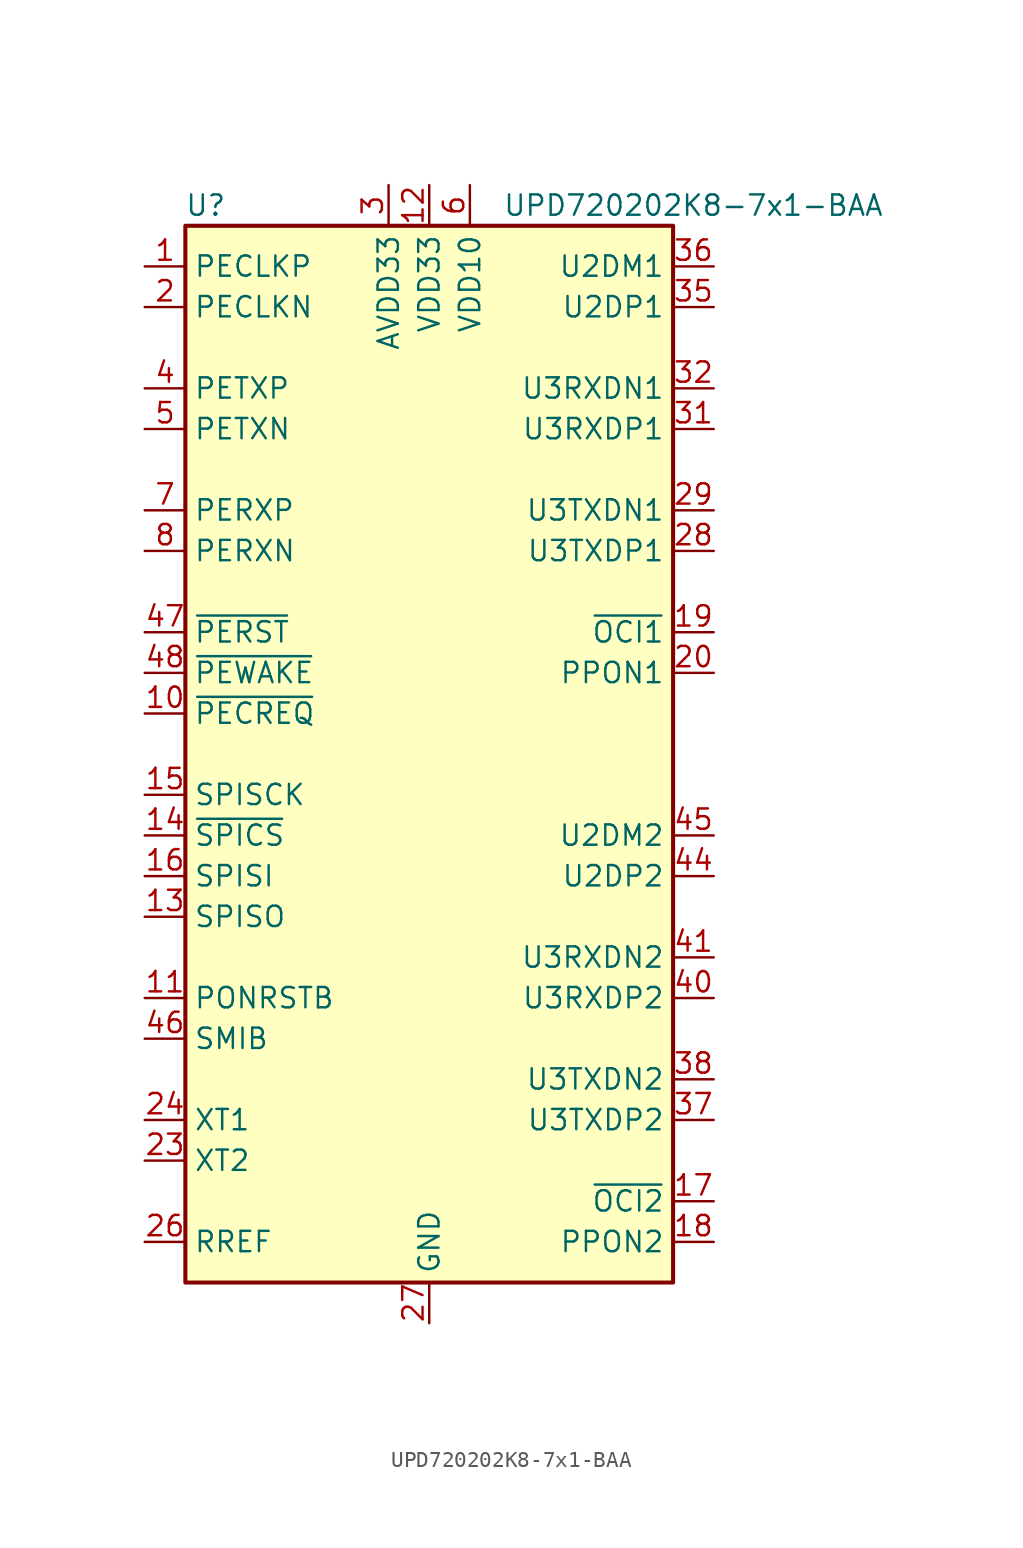
<source format=kicad_sym>
(kicad_symbol_lib
  (version 20241209)
  (generator "kicad_symbol_editor")
  (generator_version "9.0")
  (symbol "UPD720202K8-7x1-BAA"
    (property "Reference" "U"
      (at -13.97 34.29 0)
      (effects (font (size 1.27 1.27))))
    (property "Value" "UPD720202K8-7x1-BAA"
      (at 16.51 34.29 0)
      (effects (font (size 1.27 1.27))))
    (symbol "UPD720202K8-7x1-BAA_1_1"
      (rectangle (start -15.24 33.02) (end 15.24 -33.02) (stroke (width 0.254) (type default)) (fill (type background)))
      (pin input line (at -17.78 30.48 0) (length 2.54) (name "PECLKP" (effects (font (size 1.27 1.27)))) (number "1" (effects (font (size 1.27 1.27)))))
      (pin input line (at -17.78 27.94 0) (length 2.54) (name "PECLKN" (effects (font (size 1.27 1.27)))) (number "2" (effects (font (size 1.27 1.27)))))
      (pin output line (at -17.78 22.86 0) (length 2.54) (name "PETXP" (effects (font (size 1.27 1.27)))) (number "4" (effects (font (size 1.27 1.27)))))
      (pin output line (at -17.78 20.32 0) (length 2.54) (name "PETXN" (effects (font (size 1.27 1.27)))) (number "5" (effects (font (size 1.27 1.27)))))
      (pin input line (at -17.78 15.24 0) (length 2.54) (name "PERXP" (effects (font (size 1.27 1.27)))) (number "7" (effects (font (size 1.27 1.27)))))
      (pin input line (at -17.78 12.7 0) (length 2.54) (name "PERXN" (effects (font (size 1.27 1.27)))) (number "8" (effects (font (size 1.27 1.27)))))
      (pin input line (at -17.78 7.62 0) (length 2.54) (name "~{PERST}" (effects (font (size 1.27 1.27)))) (number "47" (effects (font (size 1.27 1.27)))))
      (pin open_collector line (at -17.78 5.08 0) (length 2.54) (name "~{PEWAKE}" (effects (font (size 1.27 1.27)))) (number "48" (effects (font (size 1.27 1.27)))))
      (pin open_collector line (at -17.78 2.54 0) (length 2.54) (name "~{PECREQ}" (effects (font (size 1.27 1.27)))) (number "10" (effects (font (size 1.27 1.27)))))
      (pin output line (at -17.78 -2.54 0) (length 2.54) (name "SPISCK" (effects (font (size 1.27 1.27)))) (number "15" (effects (font (size 1.27 1.27)))))
      (pin output line (at -17.78 -5.08 0) (length 2.54) (name "~{SPICS}" (effects (font (size 1.27 1.27)))) (number "14" (effects (font (size 1.27 1.27)))))
      (pin output line (at -17.78 -7.62 0) (length 2.54) (name "SPISI" (effects (font (size 1.27 1.27)))) (number "16" (effects (font (size 1.27 1.27)))))
      (pin input line (at -17.78 -10.16 0) (length 2.54) (name "SPISO" (effects (font (size 1.27 1.27)))) (number "13" (effects (font (size 1.27 1.27)))))
      (pin input line (at -17.78 -15.24 0) (length 2.54) (name "PONRSTB" (effects (font (size 1.27 1.27)))) (number "11" (effects (font (size 1.27 1.27)))))
      (pin open_collector line (at -17.78 -17.78 0) (length 2.54) (name "SMIB" (effects (font (size 1.27 1.27)))) (number "46" (effects (font (size 1.27 1.27)))))
      (pin input line (at -17.78 -22.86 0) (length 2.54) (name "XT1" (effects (font (size 1.27 1.27)))) (number "24" (effects (font (size 1.27 1.27)))))
      (pin output line (at -17.78 -25.4 0) (length 2.54) (name "XT2" (effects (font (size 1.27 1.27)))) (number "23" (effects (font (size 1.27 1.27)))))
      (pin passive line (at -17.78 -30.48 0) (length 2.54) (name "RREF" (effects (font (size 1.27 1.27)))) (number "26" (effects (font (size 1.27 1.27)))))
      (pin passive line (at -2.54 35.56 270) (length 2.54) (hide yes) (name "AVDD33" (effects (font (size 1.27 1.27)))) (number "25" (effects (font (size 1.27 1.27)))))
      (pin power_in line (at -2.54 35.56 270) (length 2.54) (name "AVDD33" (effects (font (size 1.27 1.27)))) (number "3" (effects (font (size 1.27 1.27)))))
      (pin power_in line (at 0 35.56 270) (length 2.54) (name "VDD33" (effects (font (size 1.27 1.27)))) (number "12" (effects (font (size 1.27 1.27)))))
      (pin passive line (at 0 35.56 270) (length 2.54) (hide yes) (name "VDD33" (effects (font (size 1.27 1.27)))) (number "22" (effects (font (size 1.27 1.27)))))
      (pin passive line (at 0 35.56 270) (length 2.54) (hide yes) (name "VDD33" (effects (font (size 1.27 1.27)))) (number "34" (effects (font (size 1.27 1.27)))))
      (pin passive line (at 0 35.56 270) (length 2.54) (hide yes) (name "VDD33" (effects (font (size 1.27 1.27)))) (number "43" (effects (font (size 1.27 1.27)))))
      (pin power_in line (at 0 -35.56 90) (length 2.54) (name "GND" (effects (font (size 1.27 1.27)))) (number "27" (effects (font (size 1.27 1.27)))))
      (pin passive line (at 0 -35.56 90) (length 2.54) (hide yes) (name "GND" (effects (font (size 1.27 1.27)))) (number "49" (effects (font (size 1.27 1.27)))))
      (pin passive line (at 2.54 35.56 270) (length 2.54) (hide yes) (name "VDD10" (effects (font (size 1.27 1.27)))) (number "21" (effects (font (size 1.27 1.27)))))
      (pin passive line (at 2.54 35.56 270) (length 2.54) (hide yes) (name "VDD10" (effects (font (size 1.27 1.27)))) (number "30" (effects (font (size 1.27 1.27)))))
      (pin passive line (at 2.54 35.56 270) (length 2.54) (hide yes) (name "VDD10" (effects (font (size 1.27 1.27)))) (number "33" (effects (font (size 1.27 1.27)))))
      (pin passive line (at 2.54 35.56 270) (length 2.54) (hide yes) (name "VDD10" (effects (font (size 1.27 1.27)))) (number "39" (effects (font (size 1.27 1.27)))))
      (pin passive line (at 2.54 35.56 270) (length 2.54) (hide yes) (name "VDD10" (effects (font (size 1.27 1.27)))) (number "42" (effects (font (size 1.27 1.27)))))
      (pin power_in line (at 2.54 35.56 270) (length 2.54) (name "VDD10" (effects (font (size 1.27 1.27)))) (number "6" (effects (font (size 1.27 1.27)))))
      (pin passive line (at 2.54 35.56 270) (length 2.54) (hide yes) (name "VDD10" (effects (font (size 1.27 1.27)))) (number "9" (effects (font (size 1.27 1.27)))))
      (pin bidirectional line (at 17.78 30.48 180) (length 2.54) (name "U2DM1" (effects (font (size 1.27 1.27)))) (number "36" (effects (font (size 1.27 1.27)))))
      (pin bidirectional line (at 17.78 27.94 180) (length 2.54) (name "U2DP1" (effects (font (size 1.27 1.27)))) (number "35" (effects (font (size 1.27 1.27)))))
      (pin bidirectional line (at 17.78 22.86 180) (length 2.54) (name "U3RXDN1" (effects (font (size 1.27 1.27)))) (number "32" (effects (font (size 1.27 1.27)))))
      (pin bidirectional line (at 17.78 20.32 180) (length 2.54) (name "U3RXDP1" (effects (font (size 1.27 1.27)))) (number "31" (effects (font (size 1.27 1.27)))))
      (pin bidirectional line (at 17.78 15.24 180) (length 2.54) (name "U3TXDN1" (effects (font (size 1.27 1.27)))) (number "29" (effects (font (size 1.27 1.27)))))
      (pin bidirectional line (at 17.78 12.7 180) (length 2.54) (name "U3TXDP1" (effects (font (size 1.27 1.27)))) (number "28" (effects (font (size 1.27 1.27)))))
      (pin input line (at 17.78 7.62 180) (length 2.54) (name "~{OCI1}" (effects (font (size 1.27 1.27)))) (number "19" (effects (font (size 1.27 1.27)))))
      (pin output line (at 17.78 5.08 180) (length 2.54) (name "PPON1" (effects (font (size 1.27 1.27)))) (number "20" (effects (font (size 1.27 1.27)))))
      (pin bidirectional line (at 17.78 -5.08 180) (length 2.54) (name "U2DM2" (effects (font (size 1.27 1.27)))) (number "45" (effects (font (size 1.27 1.27)))))
      (pin bidirectional line (at 17.78 -7.62 180) (length 2.54) (name "U2DP2" (effects (font (size 1.27 1.27)))) (number "44" (effects (font (size 1.27 1.27)))))
      (pin bidirectional line (at 17.78 -12.7 180) (length 2.54) (name "U3RXDN2" (effects (font (size 1.27 1.27)))) (number "41" (effects (font (size 1.27 1.27)))))
      (pin bidirectional line (at 17.78 -15.24 180) (length 2.54) (name "U3RXDP2" (effects (font (size 1.27 1.27)))) (number "40" (effects (font (size 1.27 1.27)))))
      (pin bidirectional line (at 17.78 -20.32 180) (length 2.54) (name "U3TXDN2" (effects (font (size 1.27 1.27)))) (number "38" (effects (font (size 1.27 1.27)))))
      (pin bidirectional line (at 17.78 -22.86 180) (length 2.54) (name "U3TXDP2" (effects (font (size 1.27 1.27)))) (number "37" (effects (font (size 1.27 1.27)))))
      (pin input line (at 17.78 -27.94 180) (length 2.54) (name "~{OCI2}" (effects (font (size 1.27 1.27)))) (number "17" (effects (font (size 1.27 1.27)))))
      (pin output line (at 17.78 -30.48 180) (length 2.54) (name "PPON2" (effects (font (size 1.27 1.27)))) (number "18" (effects (font (size 1.27 1.27))))))))
</source>
